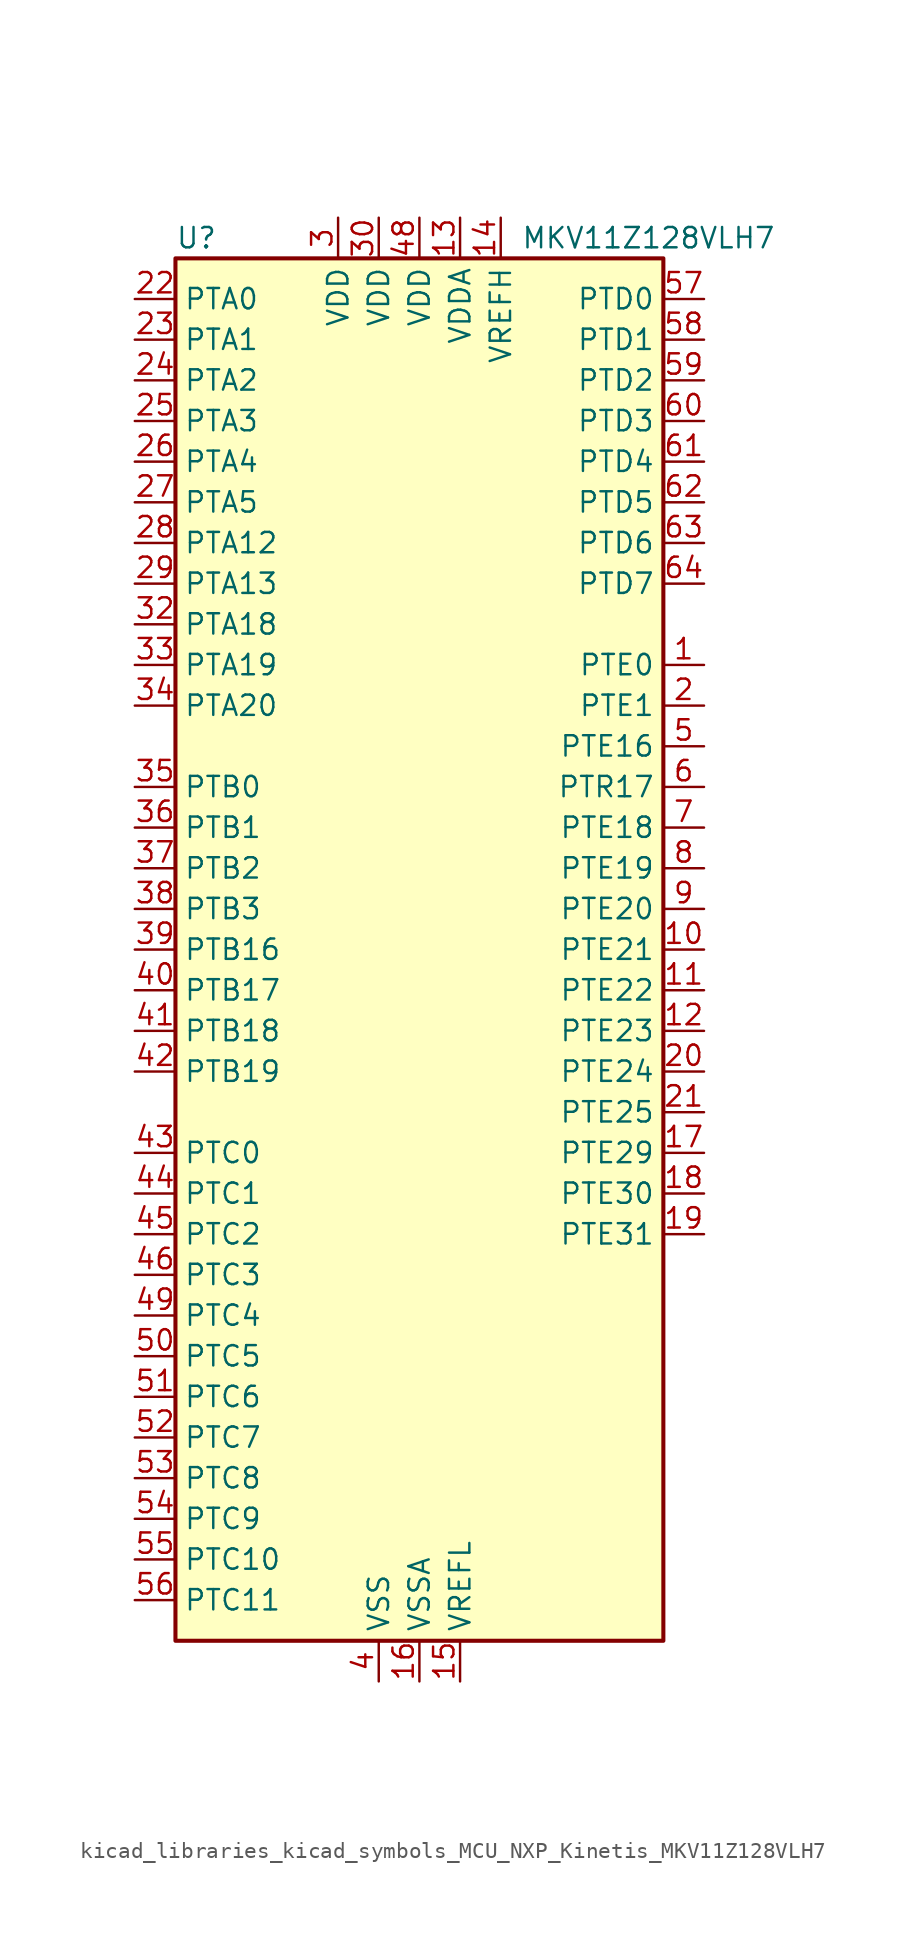
<source format=kicad_sym>
(kicad_symbol_lib
  (version 20220914)
  (generator kicad_symbol_editor)
  (symbol "kicad_libraries_kicad_symbols_MCU_NXP_Kinetis_MKV11Z128VLH7"
    (property "Reference" "U"
      (at -15.24 44.45 0)
      (effects (font (size 1.27 1.27)) (justify left)))
    (property "Value" "MKV11Z128VLH7"
      (at 6.35 44.45 0)
      (effects (font (size 1.27 1.27)) (justify left)))
    (symbol "kicad_libraries_kicad_symbols_MCU_NXP_Kinetis_MKV11Z128VLH7_0_1"
      (rectangle (start -15.24 43.18) (end 15.24 -43.18) (stroke (width 0.254) (type default)) (fill (type background))))
    (symbol "kicad_libraries_kicad_symbols_MCU_NXP_Kinetis_MKV11Z128VLH7_1_1"
      (pin bidirectional line (at 17.78 17.78 180) (length 2.54) (name "PTE0" (effects (font (size 1.27 1.27)))) (number "1" (effects (font (size 1.27 1.27)))))
      (pin bidirectional line (at 17.78 0 180) (length 2.54) (name "PTE21" (effects (font (size 1.27 1.27)))) (number "10" (effects (font (size 1.27 1.27)))))
      (pin bidirectional line (at 17.78 -2.54 180) (length 2.54) (name "PTE22" (effects (font (size 1.27 1.27)))) (number "11" (effects (font (size 1.27 1.27)))))
      (pin bidirectional line (at 17.78 -5.08 180) (length 2.54) (name "PTE23" (effects (font (size 1.27 1.27)))) (number "12" (effects (font (size 1.27 1.27)))))
      (pin power_in line (at 2.54 45.72 270) (length 2.54) (name "VDDA" (effects (font (size 1.27 1.27)))) (number "13" (effects (font (size 1.27 1.27)))))
      (pin power_in line (at 5.08 45.72 270) (length 2.54) (name "VREFH" (effects (font (size 1.27 1.27)))) (number "14" (effects (font (size 1.27 1.27)))))
      (pin power_in line (at 2.54 -45.72 90) (length 2.54) (name "VREFL" (effects (font (size 1.27 1.27)))) (number "15" (effects (font (size 1.27 1.27)))))
      (pin power_in line (at 0 -45.72 90) (length 2.54) (name "VSSA" (effects (font (size 1.27 1.27)))) (number "16" (effects (font (size 1.27 1.27)))))
      (pin bidirectional line (at 17.78 -12.7 180) (length 2.54) (name "PTE29" (effects (font (size 1.27 1.27)))) (number "17" (effects (font (size 1.27 1.27)))))
      (pin bidirectional line (at 17.78 -15.24 180) (length 2.54) (name "PTE30" (effects (font (size 1.27 1.27)))) (number "18" (effects (font (size 1.27 1.27)))))
      (pin bidirectional line (at 17.78 -17.78 180) (length 2.54) (name "PTE31" (effects (font (size 1.27 1.27)))) (number "19" (effects (font (size 1.27 1.27)))))
      (pin bidirectional line (at 17.78 15.24 180) (length 2.54) (name "PTE1" (effects (font (size 1.27 1.27)))) (number "2" (effects (font (size 1.27 1.27)))))
      (pin bidirectional line (at 17.78 -7.62 180) (length 2.54) (name "PTE24" (effects (font (size 1.27 1.27)))) (number "20" (effects (font (size 1.27 1.27)))))
      (pin bidirectional line (at 17.78 -10.16 180) (length 2.54) (name "PTE25" (effects (font (size 1.27 1.27)))) (number "21" (effects (font (size 1.27 1.27)))))
      (pin bidirectional line (at -17.78 40.64 0) (length 2.54) (name "PTA0" (effects (font (size 1.27 1.27)))) (number "22" (effects (font (size 1.27 1.27)))))
      (pin bidirectional line (at -17.78 38.1 0) (length 2.54) (name "PTA1" (effects (font (size 1.27 1.27)))) (number "23" (effects (font (size 1.27 1.27)))))
      (pin bidirectional line (at -17.78 35.56 0) (length 2.54) (name "PTA2" (effects (font (size 1.27 1.27)))) (number "24" (effects (font (size 1.27 1.27)))))
      (pin bidirectional line (at -17.78 33.02 0) (length 2.54) (name "PTA3" (effects (font (size 1.27 1.27)))) (number "25" (effects (font (size 1.27 1.27)))))
      (pin bidirectional line (at -17.78 30.48 0) (length 2.54) (name "PTA4" (effects (font (size 1.27 1.27)))) (number "26" (effects (font (size 1.27 1.27)))))
      (pin bidirectional line (at -17.78 27.94 0) (length 2.54) (name "PTA5" (effects (font (size 1.27 1.27)))) (number "27" (effects (font (size 1.27 1.27)))))
      (pin bidirectional line (at -17.78 25.4 0) (length 2.54) (name "PTA12" (effects (font (size 1.27 1.27)))) (number "28" (effects (font (size 1.27 1.27)))))
      (pin bidirectional line (at -17.78 22.86 0) (length 2.54) (name "PTA13" (effects (font (size 1.27 1.27)))) (number "29" (effects (font (size 1.27 1.27)))))
      (pin power_in line (at -5.08 45.72 270) (length 2.54) (name "VDD" (effects (font (size 1.27 1.27)))) (number "3" (effects (font (size 1.27 1.27)))))
      (pin power_in line (at -2.54 45.72 270) (length 2.54) (name "VDD" (effects (font (size 1.27 1.27)))) (number "30" (effects (font (size 1.27 1.27)))))
      (pin passive line (at -2.54 -45.72 90) (length 2.54) hide (name "VSS" (effects (font (size 1.27 1.27)))) (number "31" (effects (font (size 1.27 1.27)))))
      (pin bidirectional line (at -17.78 20.32 0) (length 2.54) (name "PTA18" (effects (font (size 1.27 1.27)))) (number "32" (effects (font (size 1.27 1.27)))))
      (pin bidirectional line (at -17.78 17.78 0) (length 2.54) (name "PTA19" (effects (font (size 1.27 1.27)))) (number "33" (effects (font (size 1.27 1.27)))))
      (pin bidirectional line (at -17.78 15.24 0) (length 2.54) (name "PTA20" (effects (font (size 1.27 1.27)))) (number "34" (effects (font (size 1.27 1.27)))))
      (pin bidirectional line (at -17.78 10.16 0) (length 2.54) (name "PTB0" (effects (font (size 1.27 1.27)))) (number "35" (effects (font (size 1.27 1.27)))))
      (pin bidirectional line (at -17.78 7.62 0) (length 2.54) (name "PTB1" (effects (font (size 1.27 1.27)))) (number "36" (effects (font (size 1.27 1.27)))))
      (pin bidirectional line (at -17.78 5.08 0) (length 2.54) (name "PTB2" (effects (font (size 1.27 1.27)))) (number "37" (effects (font (size 1.27 1.27)))))
      (pin bidirectional line (at -17.78 2.54 0) (length 2.54) (name "PTB3" (effects (font (size 1.27 1.27)))) (number "38" (effects (font (size 1.27 1.27)))))
      (pin bidirectional line (at -17.78 0 0) (length 2.54) (name "PTB16" (effects (font (size 1.27 1.27)))) (number "39" (effects (font (size 1.27 1.27)))))
      (pin power_in line (at -2.54 -45.72 90) (length 2.54) (name "VSS" (effects (font (size 1.27 1.27)))) (number "4" (effects (font (size 1.27 1.27)))))
      (pin bidirectional line (at -17.78 -2.54 0) (length 2.54) (name "PTB17" (effects (font (size 1.27 1.27)))) (number "40" (effects (font (size 1.27 1.27)))))
      (pin bidirectional line (at -17.78 -5.08 0) (length 2.54) (name "PTB18" (effects (font (size 1.27 1.27)))) (number "41" (effects (font (size 1.27 1.27)))))
      (pin bidirectional line (at -17.78 -7.62 0) (length 2.54) (name "PTB19" (effects (font (size 1.27 1.27)))) (number "42" (effects (font (size 1.27 1.27)))))
      (pin bidirectional line (at -17.78 -12.7 0) (length 2.54) (name "PTC0" (effects (font (size 1.27 1.27)))) (number "43" (effects (font (size 1.27 1.27)))))
      (pin bidirectional line (at -17.78 -15.24 0) (length 2.54) (name "PTC1" (effects (font (size 1.27 1.27)))) (number "44" (effects (font (size 1.27 1.27)))))
      (pin bidirectional line (at -17.78 -17.78 0) (length 2.54) (name "PTC2" (effects (font (size 1.27 1.27)))) (number "45" (effects (font (size 1.27 1.27)))))
      (pin bidirectional line (at -17.78 -20.32 0) (length 2.54) (name "PTC3" (effects (font (size 1.27 1.27)))) (number "46" (effects (font (size 1.27 1.27)))))
      (pin passive line (at -2.54 -45.72 90) (length 2.54) hide (name "VSS" (effects (font (size 1.27 1.27)))) (number "47" (effects (font (size 1.27 1.27)))))
      (pin power_in line (at 0 45.72 270) (length 2.54) (name "VDD" (effects (font (size 1.27 1.27)))) (number "48" (effects (font (size 1.27 1.27)))))
      (pin bidirectional line (at -17.78 -22.86 0) (length 2.54) (name "PTC4" (effects (font (size 1.27 1.27)))) (number "49" (effects (font (size 1.27 1.27)))))
      (pin bidirectional line (at 17.78 12.7 180) (length 2.54) (name "PTE16" (effects (font (size 1.27 1.27)))) (number "5" (effects (font (size 1.27 1.27)))))
      (pin bidirectional line (at -17.78 -25.4 0) (length 2.54) (name "PTC5" (effects (font (size 1.27 1.27)))) (number "50" (effects (font (size 1.27 1.27)))))
      (pin bidirectional line (at -17.78 -27.94 0) (length 2.54) (name "PTC6" (effects (font (size 1.27 1.27)))) (number "51" (effects (font (size 1.27 1.27)))))
      (pin bidirectional line (at -17.78 -30.48 0) (length 2.54) (name "PTC7" (effects (font (size 1.27 1.27)))) (number "52" (effects (font (size 1.27 1.27)))))
      (pin bidirectional line (at -17.78 -33.02 0) (length 2.54) (name "PTC8" (effects (font (size 1.27 1.27)))) (number "53" (effects (font (size 1.27 1.27)))))
      (pin bidirectional line (at -17.78 -35.56 0) (length 2.54) (name "PTC9" (effects (font (size 1.27 1.27)))) (number "54" (effects (font (size 1.27 1.27)))))
      (pin bidirectional line (at -17.78 -38.1 0) (length 2.54) (name "PTC10" (effects (font (size 1.27 1.27)))) (number "55" (effects (font (size 1.27 1.27)))))
      (pin bidirectional line (at -17.78 -40.64 0) (length 2.54) (name "PTC11" (effects (font (size 1.27 1.27)))) (number "56" (effects (font (size 1.27 1.27)))))
      (pin bidirectional line (at 17.78 40.64 180) (length 2.54) (name "PTD0" (effects (font (size 1.27 1.27)))) (number "57" (effects (font (size 1.27 1.27)))))
      (pin bidirectional line (at 17.78 38.1 180) (length 2.54) (name "PTD1" (effects (font (size 1.27 1.27)))) (number "58" (effects (font (size 1.27 1.27)))))
      (pin bidirectional line (at 17.78 35.56 180) (length 2.54) (name "PTD2" (effects (font (size 1.27 1.27)))) (number "59" (effects (font (size 1.27 1.27)))))
      (pin bidirectional line (at 17.78 10.16 180) (length 2.54) (name "PTR17" (effects (font (size 1.27 1.27)))) (number "6" (effects (font (size 1.27 1.27)))))
      (pin bidirectional line (at 17.78 33.02 180) (length 2.54) (name "PTD3" (effects (font (size 1.27 1.27)))) (number "60" (effects (font (size 1.27 1.27)))))
      (pin bidirectional line (at 17.78 30.48 180) (length 2.54) (name "PTD4" (effects (font (size 1.27 1.27)))) (number "61" (effects (font (size 1.27 1.27)))))
      (pin bidirectional line (at 17.78 27.94 180) (length 2.54) (name "PTD5" (effects (font (size 1.27 1.27)))) (number "62" (effects (font (size 1.27 1.27)))))
      (pin bidirectional line (at 17.78 25.4 180) (length 2.54) (name "PTD6" (effects (font (size 1.27 1.27)))) (number "63" (effects (font (size 1.27 1.27)))))
      (pin bidirectional line (at 17.78 22.86 180) (length 2.54) (name "PTD7" (effects (font (size 1.27 1.27)))) (number "64" (effects (font (size 1.27 1.27)))))
      (pin bidirectional line (at 17.78 7.62 180) (length 2.54) (name "PTE18" (effects (font (size 1.27 1.27)))) (number "7" (effects (font (size 1.27 1.27)))))
      (pin bidirectional line (at 17.78 5.08 180) (length 2.54) (name "PTE19" (effects (font (size 1.27 1.27)))) (number "8" (effects (font (size 1.27 1.27)))))
      (pin bidirectional line (at 17.78 2.54 180) (length 2.54) (name "PTE20" (effects (font (size 1.27 1.27)))) (number "9" (effects (font (size 1.27 1.27))))))))
</source>
